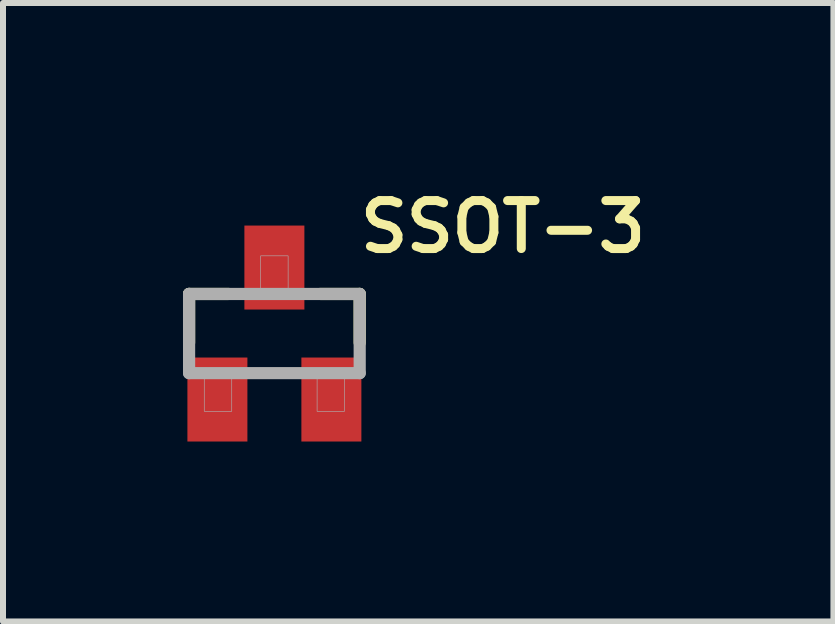
<source format=kicad_pcb>
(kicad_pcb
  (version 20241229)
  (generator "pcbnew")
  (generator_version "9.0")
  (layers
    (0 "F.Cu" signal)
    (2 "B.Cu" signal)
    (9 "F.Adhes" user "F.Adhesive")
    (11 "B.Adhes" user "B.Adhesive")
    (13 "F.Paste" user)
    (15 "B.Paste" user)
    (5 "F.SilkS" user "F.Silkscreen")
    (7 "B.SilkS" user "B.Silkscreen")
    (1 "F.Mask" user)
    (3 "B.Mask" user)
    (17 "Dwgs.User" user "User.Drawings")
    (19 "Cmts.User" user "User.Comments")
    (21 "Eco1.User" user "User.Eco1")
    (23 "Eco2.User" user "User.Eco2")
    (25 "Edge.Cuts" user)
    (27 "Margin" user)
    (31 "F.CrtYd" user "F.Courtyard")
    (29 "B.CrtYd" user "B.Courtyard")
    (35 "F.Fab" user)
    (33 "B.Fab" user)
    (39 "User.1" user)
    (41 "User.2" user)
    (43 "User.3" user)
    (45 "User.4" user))
  (footprint "SSOT-3"
    (layer "F.Cu")
    (at 1.524 2.51)
    (property "Reference" "SSOT-3" (at 3.811 -1.779 0) (layer "F.SilkS") (effects (font (size 0.8 0.8) (thickness 0.15))))
    (attr smd)
    (fp_line (start -1.422 -0.66) (end -0.764 -0.66) (stroke (width 0.203) (type solid)) (layer "F.SilkS"))
    (fp_line (start -1.422 0.152) (end -1.422 -0.66) (stroke (width 0.203) (type solid)) (layer "F.SilkS"))
    (fp_line (start 0.764 -0.66) (end 1.422 -0.66) (stroke (width 0.203) (type solid)) (layer "F.SilkS"))
    (fp_line (start 1.422 -0.66) (end 1.422 0.152) (stroke (width 0.203) (type solid)) (layer "F.SilkS"))
    (fp_line (start -1.422 -0.66) (end 1.422 -0.66) (stroke (width 0.203) (type solid)) (layer "F.Fab"))
    (fp_line (start -1.422 0.66) (end -1.422 -0.66) (stroke (width 0.203) (type solid)) (layer "F.Fab"))
    (fp_line (start 1.422 -0.66) (end 1.422 0.66) (stroke (width 0.203) (type solid)) (layer "F.Fab"))
    (fp_line (start 1.422 0.66) (end -1.422 0.66) (stroke (width 0.203) (type solid)) (layer "F.Fab"))
    (fp_poly (pts (xy -1.169 0.711) (xy -0.711 0.711) (xy -0.711 1.296) (xy -1.169 1.296)) (stroke (width 0.01) (type solid)) (fill no) (layer "F.Fab"))
    (fp_poly (pts (xy -0.229 -1.295) (xy 0.229 -1.295) (xy 0.229 -0.712) (xy -0.229 -0.712)) (stroke (width 0.01) (type solid)) (fill no) (layer "F.Fab"))
    (fp_poly (pts (xy 0.712 0.711) (xy 1.168 0.711) (xy 1.168 1.297) (xy 0.712 1.297)) (stroke (width 0.01) (type solid)) (fill no) (layer "F.Fab"))
    (pad "1" smd rect (at -0.95 1.1) (size 1 1.4) (layers "F.Cu" "F.Mask" "F.Paste"))
    (pad "2" smd rect (at 0.95 1.1) (size 1 1.4) (layers "F.Cu" "F.Mask" "F.Paste"))
    (pad "3" smd rect (at 0 -1.1) (size 1 1.4) (layers "F.Cu" "F.Mask" "F.Paste")))
  (gr_rect
    (start -3 -3)
    (end 10.843 7.31)
    (stroke (width 0.1) (type default))
    (fill no)
    (layer "Edge.Cuts")))
</source>
